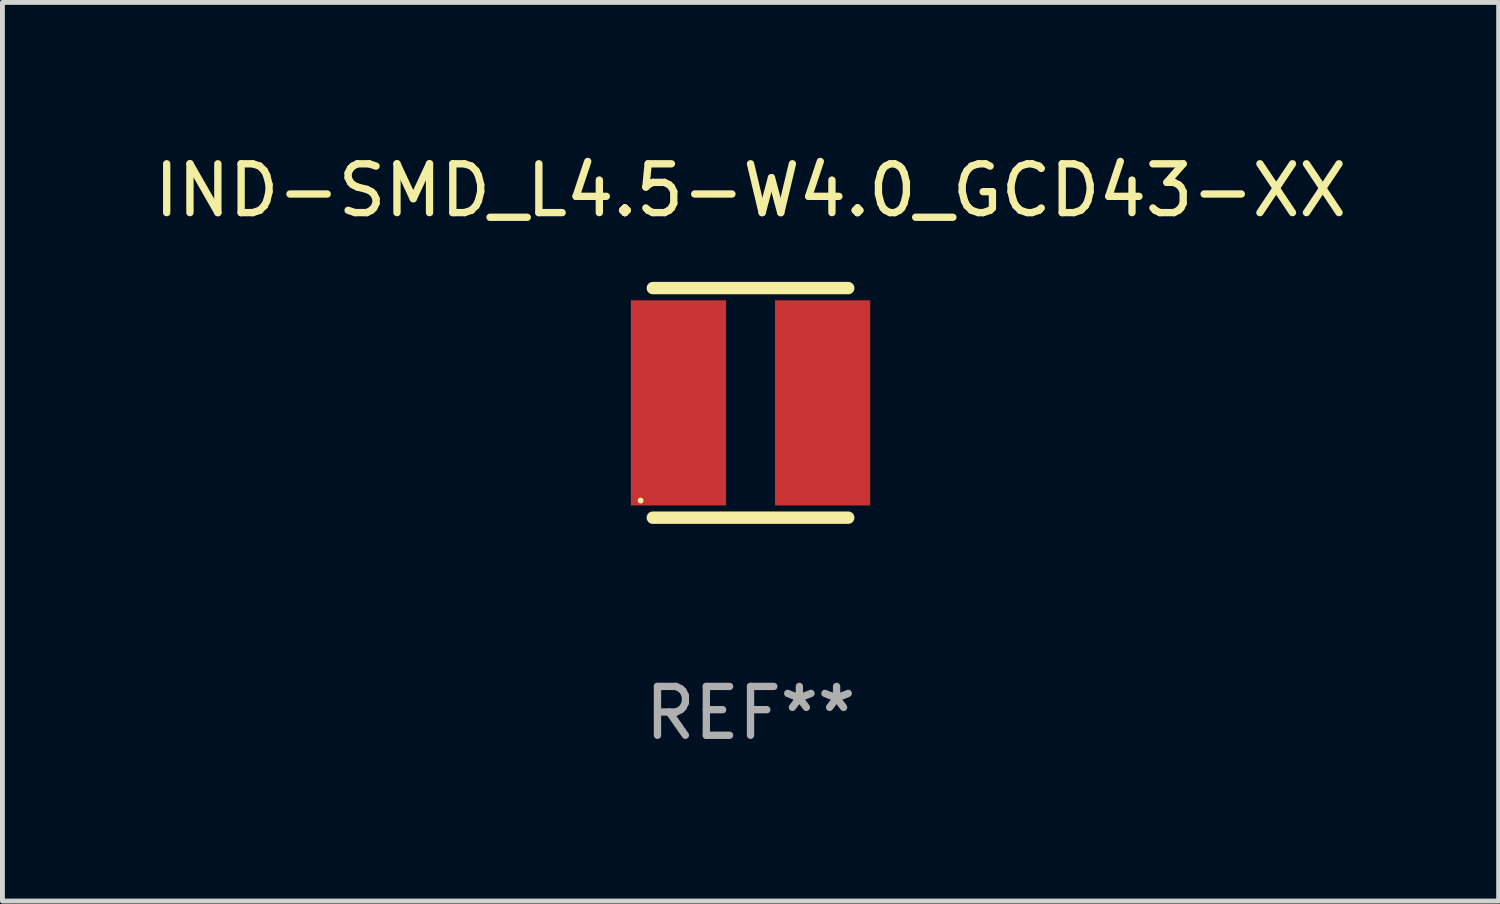
<source format=kicad_pcb>
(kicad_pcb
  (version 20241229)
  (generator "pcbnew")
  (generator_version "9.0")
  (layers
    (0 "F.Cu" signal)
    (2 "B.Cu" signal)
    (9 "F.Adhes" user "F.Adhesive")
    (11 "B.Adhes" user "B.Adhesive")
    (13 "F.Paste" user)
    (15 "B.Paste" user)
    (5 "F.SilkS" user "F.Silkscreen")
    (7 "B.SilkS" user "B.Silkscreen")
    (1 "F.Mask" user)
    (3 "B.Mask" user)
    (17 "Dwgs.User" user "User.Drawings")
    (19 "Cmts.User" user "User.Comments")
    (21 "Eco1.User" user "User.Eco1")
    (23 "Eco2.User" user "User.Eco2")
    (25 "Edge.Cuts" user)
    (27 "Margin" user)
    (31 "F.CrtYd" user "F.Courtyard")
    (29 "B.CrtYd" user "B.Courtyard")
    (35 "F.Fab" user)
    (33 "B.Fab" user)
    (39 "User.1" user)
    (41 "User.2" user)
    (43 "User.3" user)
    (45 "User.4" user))
  (footprint "IND-SMD_L4.5-W4.0_GCD43-XX"
    (layer "F.Cu")
    (at 12.315 5.198)
    (property "Reference" "IND-SMD_L4.5-W4.0_GCD43-XX" (at 0 -4.35 0) (layer "F.SilkS") (effects (font (size 1 1) (thickness 0.15))))
    (attr smd)
    (fp_line (start -2 -2.35) (end 2 -2.35) (stroke (width 0.254) (type solid)) (layer "F.SilkS"))
    (fp_line (start -2 2.35) (end 2 2.35) (stroke (width 0.254) (type solid)) (layer "F.SilkS"))
    (fp_circle (center -2.25 2) (end -2.22 2) (stroke (width 0.06) (type solid)) (fill no) (layer "F.SilkS"))
    (fp_text user "REF**" (at 0 6.35 0) (layer "F.Fab") (effects (font (size 1 1) (thickness 0.15))))
    (pad "1" smd rect (at -1.475 0 90) (size 4.2 1.95) (layers "F.Cu" "F.Mask" "F.Paste"))
    (pad "2" smd rect (at 1.475 0 90) (size 4.2 1.95) (layers "F.Cu" "F.Mask" "F.Paste")))
  (gr_rect
    (start -3 -3)
    (end 27.631 15.397)
    (stroke (width 0.1) (type default))
    (fill no)
    (layer "Edge.Cuts")))
</source>
